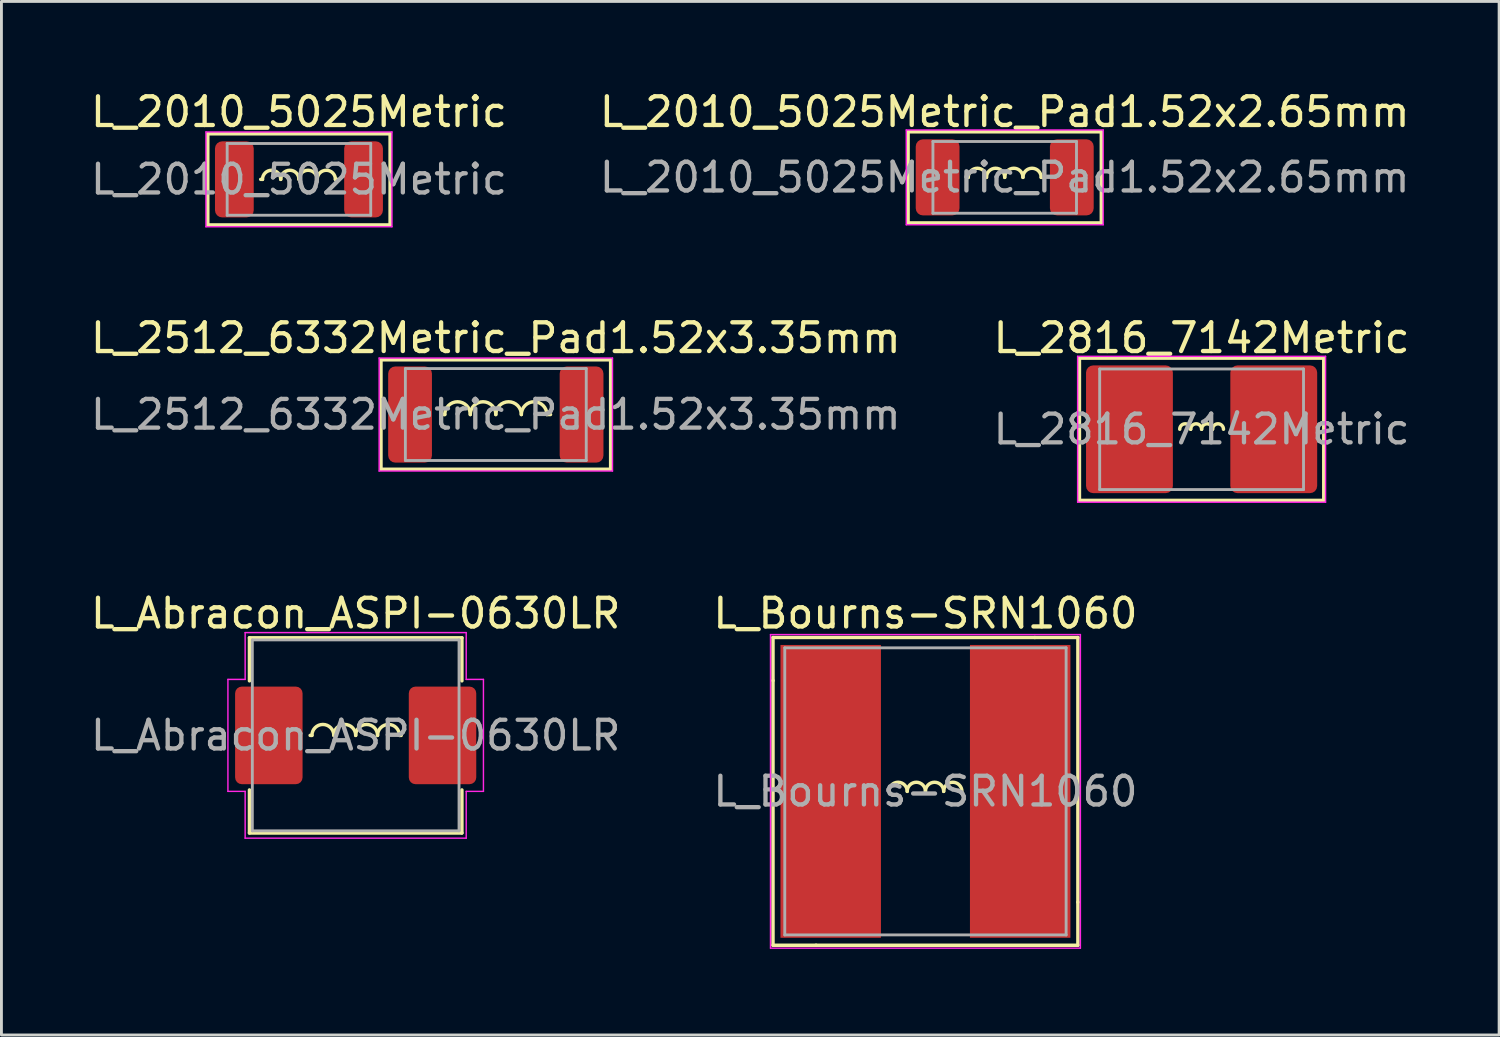
<source format=kicad_pcb>
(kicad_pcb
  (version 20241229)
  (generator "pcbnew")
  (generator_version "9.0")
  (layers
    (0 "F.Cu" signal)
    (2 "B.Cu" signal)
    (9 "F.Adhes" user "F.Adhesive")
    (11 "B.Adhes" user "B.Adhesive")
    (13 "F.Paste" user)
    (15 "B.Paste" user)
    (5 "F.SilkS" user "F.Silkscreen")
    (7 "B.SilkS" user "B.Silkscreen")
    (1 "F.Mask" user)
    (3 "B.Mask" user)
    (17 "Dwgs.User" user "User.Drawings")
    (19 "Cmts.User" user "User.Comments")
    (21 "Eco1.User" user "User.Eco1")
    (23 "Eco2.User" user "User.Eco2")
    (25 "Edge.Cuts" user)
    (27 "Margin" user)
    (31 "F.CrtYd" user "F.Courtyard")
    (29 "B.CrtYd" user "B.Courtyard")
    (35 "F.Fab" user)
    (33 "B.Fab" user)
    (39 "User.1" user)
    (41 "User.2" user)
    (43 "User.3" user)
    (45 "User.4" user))
  (footprint "L_Abracon_ASPI-0630LR"
    (layer "F.Cu")
    (at 9.339 22.565)
    (property "Reference" "L_Abracon_ASPI-0630LR" (at 0 -4.25 0) (layer "F.SilkS") (effects (font (size 1 1) (thickness 0.15))))
    (attr smd)
    (fp_line (start -3.7 -3.4) (end -3.7 -1.9) (stroke (width 0.12) (type solid)) (layer "F.SilkS"))
    (fp_line (start -3.7 3.4) (end -3.7 1.9) (stroke (width 0.12) (type solid)) (layer "F.SilkS"))
    (fp_line (start -3.7 3.4) (end 3.7 3.4) (stroke (width 0.12) (type solid)) (layer "F.SilkS"))
    (fp_line (start -1.524 0) (end -1.587 0) (stroke (width 0.12) (type solid)) (layer "F.SilkS"))
    (fp_line (start 1.524 0) (end 1.587 0) (stroke (width 0.12) (type solid)) (layer "F.SilkS"))
    (fp_line (start 3.7 -3.4) (end -3.7 -3.4) (stroke (width 0.12) (type solid)) (layer "F.SilkS"))
    (fp_line (start 3.7 -3.4) (end 3.7 -1.9) (stroke (width 0.12) (type solid)) (layer "F.SilkS"))
    (fp_line (start 3.7 3.4) (end 3.7 1.9) (stroke (width 0.12) (type solid)) (layer "F.SilkS"))
    (fp_arc (start -1.524 0) (mid -1.143 -0.381) (end -0.762 0) (stroke (width 0.12) (type solid)) (layer "F.SilkS"))
    (fp_arc (start -0.762 0) (mid -0.381 -0.381) (end 0 0) (stroke (width 0.12) (type solid)) (layer "F.SilkS"))
    (fp_arc (start 0 0) (mid 0.381 -0.381) (end 0.762 0) (stroke (width 0.12) (type solid)) (layer "F.SilkS"))
    (fp_arc (start 0.762 0) (mid 1.143 -0.381) (end 1.524 0) (stroke (width 0.12) (type solid)) (layer "F.SilkS"))
    (fp_line (start -4.45 -1.95) (end -4.45 1.95) (stroke (width 0.05) (type solid)) (layer "F.CrtYd"))
    (fp_line (start -4.45 1.95) (end -3.85 1.95) (stroke (width 0.05) (type solid)) (layer "F.CrtYd"))
    (fp_line (start -3.85 -3.58) (end -3.85 -1.95) (stroke (width 0.05) (type solid)) (layer "F.CrtYd"))
    (fp_line (start -3.85 -1.95) (end -4.45 -1.95) (stroke (width 0.05) (type solid)) (layer "F.CrtYd"))
    (fp_line (start -3.85 1.95) (end -3.85 3.58) (stroke (width 0.05) (type solid)) (layer "F.CrtYd"))
    (fp_line (start -3.85 3.58) (end 3.85 3.58) (stroke (width 0.05) (type solid)) (layer "F.CrtYd"))
    (fp_line (start 3.85 -3.58) (end -3.85 -3.58) (stroke (width 0.05) (type solid)) (layer "F.CrtYd"))
    (fp_line (start 3.85 -1.95) (end 3.85 -3.58) (stroke (width 0.05) (type solid)) (layer "F.CrtYd"))
    (fp_line (start 3.85 1.95) (end 4.45 1.95) (stroke (width 0.05) (type solid)) (layer "F.CrtYd"))
    (fp_line (start 3.85 3.58) (end 3.85 1.95) (stroke (width 0.05) (type solid)) (layer "F.CrtYd"))
    (fp_line (start 4.45 -1.95) (end 3.85 -1.95) (stroke (width 0.05) (type solid)) (layer "F.CrtYd"))
    (fp_line (start 4.45 1.95) (end 4.45 -1.95) (stroke (width 0.05) (type solid)) (layer "F.CrtYd"))
    (fp_line (start -3.6 -3.325) (end 3.6 -3.325) (stroke (width 0.1) (type solid)) (layer "F.Fab"))
    (fp_line (start -3.6 3.325) (end -3.6 -3.325) (stroke (width 0.1) (type solid)) (layer "F.Fab"))
    (fp_line (start 3.6 -3.325) (end 3.6 3.325) (stroke (width 0.1) (type solid)) (layer "F.Fab"))
    (fp_line (start 3.6 3.325) (end -3.6 3.325) (stroke (width 0.1) (type solid)) (layer "F.Fab"))
    (fp_text user "${REFERENCE}" (at 0 0 0) (layer "F.Fab") (effects (font (size 1 1) (thickness 0.15))))
    (pad "1" smd roundrect (at -3.025 0) (size 2.35 3.4) (layers "F.Cu" "F.Mask" "F.Paste") (roundrect_rratio 0.1))
    (pad "2" smd roundrect (at 3.025 0) (size 2.35 3.4) (layers "F.Cu" "F.Mask" "F.Paste") (roundrect_rratio 0.1)))
  (footprint "L_2512_6332Metric_Pad1.52x3.35mm"
    (layer "F.Cu")
    (at 14.22 11.389)
    (property "Reference" "L_2512_6332Metric_Pad1.52x3.35mm" (at 0 -2.667 0) (layer "F.SilkS") (effects (font (size 1 1) (thickness 0.15))))
    (attr smd)
    (fp_line (start -4 -1.905) (end 4 -1.905) (stroke (width 0.12) (type solid)) (layer "F.SilkS"))
    (fp_line (start -4 1.905) (end -4 -1.905) (stroke (width 0.12) (type solid)) (layer "F.SilkS"))
    (fp_line (start -1.905 0) (end -1.778 0) (stroke (width 0.12) (type solid)) (layer "F.SilkS"))
    (fp_line (start 1.778 0) (end 1.905 0) (stroke (width 0.12) (type solid)) (layer "F.SilkS"))
    (fp_line (start 4 -1.905) (end 4 1.905) (stroke (width 0.12) (type solid)) (layer "F.SilkS"))
    (fp_line (start 4 1.905) (end -4 1.905) (stroke (width 0.12) (type solid)) (layer "F.SilkS"))
    (fp_arc (start -1.778 0) (mid -1.3335 -0.4445) (end -0.889 0) (stroke (width 0.12) (type solid)) (layer "F.SilkS"))
    (fp_arc (start -0.889 0) (mid -0.4445 -0.4445) (end 0 0) (stroke (width 0.12) (type solid)) (layer "F.SilkS"))
    (fp_arc (start 0 0) (mid 0.4445 -0.4445) (end 0.889 0) (stroke (width 0.12) (type solid)) (layer "F.SilkS"))
    (fp_arc (start 0.889 0) (mid 1.3335 -0.4445) (end 1.778 0) (stroke (width 0.12) (type solid)) (layer "F.SilkS"))
    (fp_line (start -4.064 -1.968) (end 4.064 -1.968) (stroke (width 0.05) (type solid)) (layer "F.CrtYd"))
    (fp_line (start -4.064 1.968) (end -4.064 -1.968) (stroke (width 0.05) (type solid)) (layer "F.CrtYd"))
    (fp_line (start 4.064 -1.968) (end 4.064 1.968) (stroke (width 0.05) (type solid)) (layer "F.CrtYd"))
    (fp_line (start 4.064 1.968) (end -4.064 1.968) (stroke (width 0.05) (type solid)) (layer "F.CrtYd"))
    (fp_line (start -3.15 -1.6) (end 3.15 -1.6) (stroke (width 0.1) (type solid)) (layer "F.Fab"))
    (fp_line (start -3.15 1.6) (end -3.15 -1.6) (stroke (width 0.1) (type solid)) (layer "F.Fab"))
    (fp_line (start 3.15 -1.6) (end 3.15 1.6) (stroke (width 0.1) (type solid)) (layer "F.Fab"))
    (fp_line (start 3.15 1.6) (end -3.15 1.6) (stroke (width 0.1) (type solid)) (layer "F.Fab"))
    (fp_text user "${REFERENCE}" (at 0 0 0) (layer "F.Fab") (effects (font (size 1 1) (thickness 0.15))))
    (pad "1" smd roundrect (at -2.987 0) (size 1.525 3.35) (layers "F.Cu" "F.Mask" "F.Paste") (roundrect_rratio 0.164))
    (pad "2" smd roundrect (at 2.987 0) (size 1.525 3.35) (layers "F.Cu" "F.Mask" "F.Paste") (roundrect_rratio 0.164)))
  (footprint "L_2816_7142Metric"
    (layer "F.Cu")
    (at 38.804 11.902)
    (property "Reference" "L_2816_7142Metric" (at 0 -3.18 0) (layer "F.SilkS") (effects (font (size 1 1) (thickness 0.15))))
    (attr smd)
    (fp_line (start -4.255 -2.477) (end 4.255 -2.477) (stroke (width 0.12) (type solid)) (layer "F.SilkS"))
    (fp_line (start -4.255 2.477) (end -4.255 -2.477) (stroke (width 0.12) (type solid)) (layer "F.SilkS"))
    (fp_line (start 4.255 -2.477) (end 4.255 2.477) (stroke (width 0.12) (type solid)) (layer "F.SilkS"))
    (fp_line (start 4.255 2.477) (end -4.255 2.477) (stroke (width 0.12) (type solid)) (layer "F.SilkS"))
    (fp_arc (start -0.762 0) (mid -0.5715 -0.1905) (end -0.381 0) (stroke (width 0.12) (type solid)) (layer "F.SilkS"))
    (fp_arc (start -0.381 0) (mid -0.1905 -0.1905) (end 0 0) (stroke (width 0.12) (type solid)) (layer "F.SilkS"))
    (fp_arc (start 0 0) (mid 0.1905 -0.1905) (end 0.381 0) (stroke (width 0.12) (type solid)) (layer "F.SilkS"))
    (fp_arc (start 0.381 0) (mid 0.5715 -0.1905) (end 0.762 0) (stroke (width 0.12) (type solid)) (layer "F.SilkS"))
    (fp_line (start -4.318 -2.54) (end 4.318 -2.54) (stroke (width 0.05) (type solid)) (layer "F.CrtYd"))
    (fp_line (start -4.318 2.54) (end -4.318 -2.54) (stroke (width 0.05) (type solid)) (layer "F.CrtYd"))
    (fp_line (start 4.318 -2.54) (end 4.318 2.54) (stroke (width 0.05) (type solid)) (layer "F.CrtYd"))
    (fp_line (start 4.318 2.54) (end -4.318 2.54) (stroke (width 0.05) (type solid)) (layer "F.CrtYd"))
    (fp_line (start -3.55 -2.1) (end 3.55 -2.1) (stroke (width 0.1) (type solid)) (layer "F.Fab"))
    (fp_line (start -3.55 2.1) (end -3.55 -2.1) (stroke (width 0.1) (type solid)) (layer "F.Fab"))
    (fp_line (start 3.55 -2.1) (end 3.55 2.1) (stroke (width 0.1) (type solid)) (layer "F.Fab"))
    (fp_line (start 3.55 2.1) (end -3.55 2.1) (stroke (width 0.1) (type solid)) (layer "F.Fab"))
    (fp_text user "${REFERENCE}" (at 0 0 0) (layer "F.Fab") (effects (font (size 1 1) (thickness 0.15))))
    (pad "1" smd roundrect (at -2.513 0) (size 3.025 4.45) (layers "F.Cu" "F.Mask" "F.Paste") (roundrect_rratio 0.083))
    (pad "2" smd roundrect (at 2.513 0) (size 3.025 4.45) (layers "F.Cu" "F.Mask" "F.Paste") (roundrect_rratio 0.083)))
  (footprint "L_2010_5025Metric"
    (layer "F.Cu")
    (at 7.363 3.198)
    (property "Reference" "L_2010_5025Metric" (at 0 -2.349 0) (layer "F.SilkS") (effects (font (size 1 1) (thickness 0.15))))
    (attr smd)
    (fp_line (start -3.175 -1.587) (end 3.175 -1.587) (stroke (width 0.12) (type solid)) (layer "F.SilkS"))
    (fp_line (start -3.175 1.587) (end -3.175 -1.587) (stroke (width 0.12) (type solid)) (layer "F.SilkS"))
    (fp_line (start -1.333 0) (end -1.27 0) (stroke (width 0.12) (type solid)) (layer "F.SilkS"))
    (fp_line (start 1.333 0) (end 1.27 0) (stroke (width 0.12) (type solid)) (layer "F.SilkS"))
    (fp_line (start 3.175 -1.587) (end 3.175 1.587) (stroke (width 0.12) (type solid)) (layer "F.SilkS"))
    (fp_line (start 3.175 1.587) (end -3.175 1.587) (stroke (width 0.12) (type solid)) (layer "F.SilkS"))
    (fp_arc (start -1.27 0) (mid -0.9525 -0.3175) (end -0.635 0) (stroke (width 0.12) (type solid)) (layer "F.SilkS"))
    (fp_arc (start -0.635 0) (mid -0.3175 -0.3175) (end 0 0) (stroke (width 0.12) (type solid)) (layer "F.SilkS"))
    (fp_arc (start 0 0) (mid 0.3175 -0.3175) (end 0.635 0) (stroke (width 0.12) (type solid)) (layer "F.SilkS"))
    (fp_arc (start 0.635 0) (mid 0.9525 -0.3175) (end 1.27 0) (stroke (width 0.12) (type solid)) (layer "F.SilkS"))
    (fp_line (start -3.239 -1.651) (end 3.239 -1.651) (stroke (width 0.05) (type solid)) (layer "F.CrtYd"))
    (fp_line (start -3.239 1.651) (end -3.239 -1.651) (stroke (width 0.05) (type solid)) (layer "F.CrtYd"))
    (fp_line (start 3.239 -1.651) (end 3.239 1.651) (stroke (width 0.05) (type solid)) (layer "F.CrtYd"))
    (fp_line (start 3.239 1.651) (end -3.239 1.651) (stroke (width 0.05) (type solid)) (layer "F.CrtYd"))
    (fp_line (start -2.5 -1.25) (end 2.5 -1.25) (stroke (width 0.1) (type solid)) (layer "F.Fab"))
    (fp_line (start -2.5 1.25) (end -2.5 -1.25) (stroke (width 0.1) (type solid)) (layer "F.Fab"))
    (fp_line (start 2.5 -1.25) (end 2.5 1.25) (stroke (width 0.1) (type solid)) (layer "F.Fab"))
    (fp_line (start 2.5 1.25) (end -2.5 1.25) (stroke (width 0.1) (type solid)) (layer "F.Fab"))
    (fp_text user "${REFERENCE}" (at 0 0 0) (layer "F.Fab") (effects (font (size 1 1) (thickness 0.15))))
    (pad "1" smd roundrect (at -2.25 0) (size 1.35 2.65) (layers "F.Cu" "F.Mask" "F.Paste") (roundrect_rratio 0.185))
    (pad "2" smd roundrect (at 2.25 0) (size 1.35 2.65) (layers "F.Cu" "F.Mask" "F.Paste") (roundrect_rratio 0.185)))
  (footprint "L_Bourns-SRN1060"
    (layer "F.Cu")
    (at 29.185 24.515)
    (property "Reference" "L_Bourns-SRN1060" (at 0 -6.2 0) (layer "F.SilkS") (effects (font (size 1 1) (thickness 0.15))))
    (attr smd)
    (fp_line (start -5.31 -5.36) (end -5.31 -3.86) (stroke (width 0.12) (type solid)) (layer "F.SilkS"))
    (fp_line (start -5.31 -5.36) (end 3.81 -5.36) (stroke (width 0.12) (type solid)) (layer "F.SilkS"))
    (fp_line (start -5.31 5.36) (end -5.31 -3.86) (stroke (width 0.12) (type solid)) (layer "F.SilkS"))
    (fp_line (start -5.31 5.36) (end -3.81 5.36) (stroke (width 0.12) (type solid)) (layer "F.SilkS"))
    (fp_line (start 5.31 -5.36) (end 3.81 -5.36) (stroke (width 0.12) (type solid)) (layer "F.SilkS"))
    (fp_line (start 5.31 -5.36) (end 5.31 3.86) (stroke (width 0.12) (type solid)) (layer "F.SilkS"))
    (fp_line (start 5.31 5.36) (end -3.81 5.36) (stroke (width 0.12) (type solid)) (layer "F.SilkS"))
    (fp_line (start 5.31 5.36) (end 5.31 3.86) (stroke (width 0.12) (type solid)) (layer "F.SilkS"))
    (fp_arc (start -1.27 0) (mid -0.9525 -0.3175) (end -0.635 0) (stroke (width 0.12) (type solid)) (layer "F.SilkS"))
    (fp_arc (start -0.635 0) (mid -0.3175 -0.3175) (end 0 0) (stroke (width 0.12) (type solid)) (layer "F.SilkS"))
    (fp_arc (start 0 0) (mid 0.3175 -0.3175) (end 0.635 0) (stroke (width 0.12) (type solid)) (layer "F.SilkS"))
    (fp_arc (start 0.635 0) (mid 0.9525 -0.3175) (end 1.27 0) (stroke (width 0.12) (type solid)) (layer "F.SilkS"))
    (fp_line (start -5.397 -5.461) (end -5.397 5.461) (stroke (width 0.05) (type solid)) (layer "F.CrtYd"))
    (fp_line (start -5.397 -5.461) (end 5.397 -5.461) (stroke (width 0.05) (type solid)) (layer "F.CrtYd"))
    (fp_line (start -5.397 5.461) (end 5.397 5.461) (stroke (width 0.05) (type solid)) (layer "F.CrtYd"))
    (fp_line (start 5.397 -5.461) (end 5.397 5.461) (stroke (width 0.05) (type solid)) (layer "F.CrtYd"))
    (fp_line (start -4.9 -5) (end -4.9 5) (stroke (width 0.1) (type solid)) (layer "F.Fab"))
    (fp_line (start -4.9 -5) (end 4.9 -5) (stroke (width 0.1) (type solid)) (layer "F.Fab"))
    (fp_line (start -4.9 5) (end 4.9 5) (stroke (width 0.1) (type solid)) (layer "F.Fab"))
    (fp_line (start 4.9 -5) (end 4.9 5) (stroke (width 0.1) (type solid)) (layer "F.Fab"))
    (fp_text user "${REFERENCE}" (at 0 0 0) (layer "F.Fab") (effects (font (size 1 1) (thickness 0.15))))
    (pad "1" smd rect (at -3.3 0) (size 3.5 10.2) (layers "F.Cu" "F.Mask" "F.Paste"))
    (pad "2" smd rect (at 3.3 0) (size 3.5 10.2) (layers "F.Cu" "F.Mask" "F.Paste")))
  (footprint "L_2010_5025Metric_Pad1.52x2.65mm"
    (layer "F.Cu")
    (at 31.946 3.128)
    (property "Reference" "L_2010_5025Metric_Pad1.52x2.65mm" (at 0 -2.28 0) (layer "F.SilkS") (effects (font (size 1 1) (thickness 0.15))))
    (attr smd)
    (fp_line (start -3.365 -1.587) (end 3.365 -1.587) (stroke (width 0.12) (type solid)) (layer "F.SilkS"))
    (fp_line (start -3.365 1.587) (end -3.365 -1.587) (stroke (width 0.12) (type solid)) (layer "F.SilkS"))
    (fp_line (start -1.333 0) (end -1.27 0) (stroke (width 0.12) (type solid)) (layer "F.SilkS"))
    (fp_line (start 1.333 0) (end 1.27 0) (stroke (width 0.12) (type solid)) (layer "F.SilkS"))
    (fp_line (start 3.365 -1.587) (end 3.365 1.587) (stroke (width 0.12) (type solid)) (layer "F.SilkS"))
    (fp_line (start 3.365 1.587) (end -3.365 1.587) (stroke (width 0.12) (type solid)) (layer "F.SilkS"))
    (fp_arc (start -1.27 0) (mid -0.9525 -0.3175) (end -0.635 0) (stroke (width 0.12) (type solid)) (layer "F.SilkS"))
    (fp_arc (start -0.635 0) (mid -0.3175 -0.3175) (end 0 0) (stroke (width 0.12) (type solid)) (layer "F.SilkS"))
    (fp_arc (start 0 0) (mid 0.3175 -0.3175) (end 0.635 0) (stroke (width 0.12) (type solid)) (layer "F.SilkS"))
    (fp_arc (start 0.635 0) (mid 0.9525 -0.3175) (end 1.27 0) (stroke (width 0.12) (type solid)) (layer "F.SilkS"))
    (fp_line (start -3.429 -1.651) (end 3.429 -1.651) (stroke (width 0.05) (type solid)) (layer "F.CrtYd"))
    (fp_line (start -3.429 1.651) (end -3.429 -1.651) (stroke (width 0.05) (type solid)) (layer "F.CrtYd"))
    (fp_line (start 3.429 -1.651) (end 3.429 1.651) (stroke (width 0.05) (type solid)) (layer "F.CrtYd"))
    (fp_line (start 3.429 1.651) (end -3.429 1.651) (stroke (width 0.05) (type solid)) (layer "F.CrtYd"))
    (fp_line (start -2.5 -1.25) (end 2.5 -1.25) (stroke (width 0.1) (type solid)) (layer "F.Fab"))
    (fp_line (start -2.5 1.25) (end -2.5 -1.25) (stroke (width 0.1) (type solid)) (layer "F.Fab"))
    (fp_line (start 2.5 -1.25) (end 2.5 1.25) (stroke (width 0.1) (type solid)) (layer "F.Fab"))
    (fp_line (start 2.5 1.25) (end -2.5 1.25) (stroke (width 0.1) (type solid)) (layer "F.Fab"))
    (fp_text user "${REFERENCE}" (at 0 0 0) (layer "F.Fab") (effects (font (size 1 1) (thickness 0.15))))
    (pad "1" smd roundrect (at -2.337 0) (size 1.525 2.65) (layers "F.Cu" "F.Mask" "F.Paste") (roundrect_rratio 0.164))
    (pad "2" smd roundrect (at 2.337 0) (size 1.525 2.65) (layers "F.Cu" "F.Mask" "F.Paste") (roundrect_rratio 0.164)))
  (gr_rect
    (start -3 -3)
    (end 49.167 33.001)
    (stroke (width 0.1) (type default))
    (fill no)
    (layer "Edge.Cuts")))
</source>
